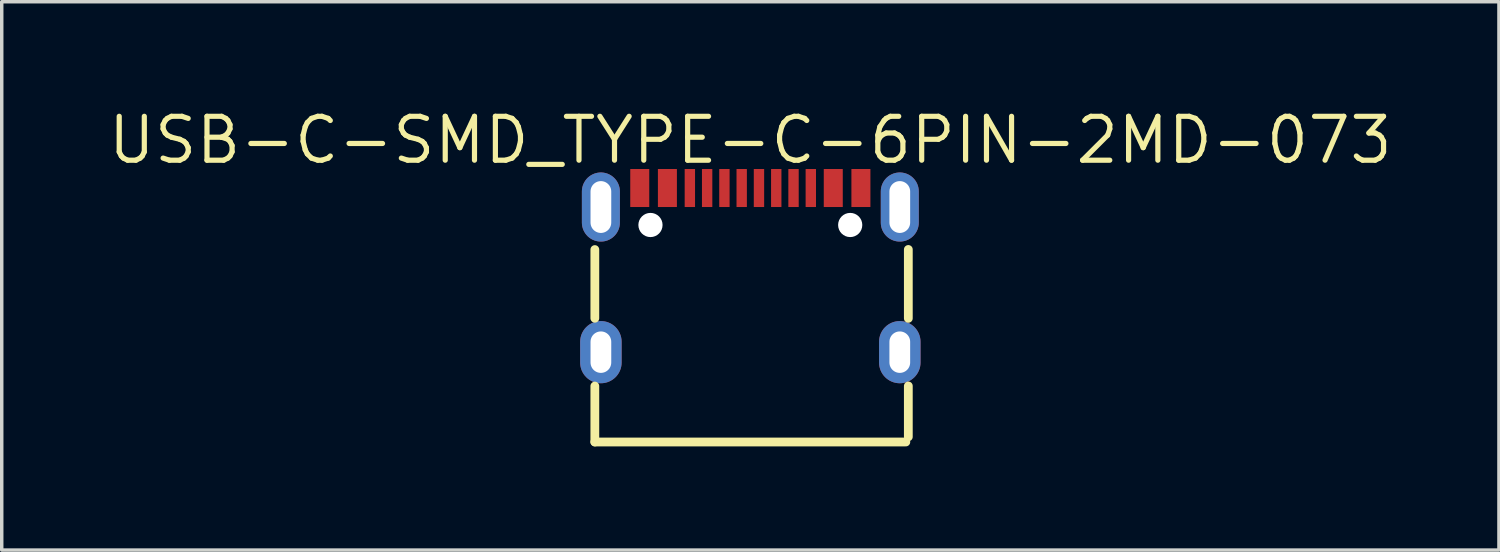
<source format=kicad_pcb>
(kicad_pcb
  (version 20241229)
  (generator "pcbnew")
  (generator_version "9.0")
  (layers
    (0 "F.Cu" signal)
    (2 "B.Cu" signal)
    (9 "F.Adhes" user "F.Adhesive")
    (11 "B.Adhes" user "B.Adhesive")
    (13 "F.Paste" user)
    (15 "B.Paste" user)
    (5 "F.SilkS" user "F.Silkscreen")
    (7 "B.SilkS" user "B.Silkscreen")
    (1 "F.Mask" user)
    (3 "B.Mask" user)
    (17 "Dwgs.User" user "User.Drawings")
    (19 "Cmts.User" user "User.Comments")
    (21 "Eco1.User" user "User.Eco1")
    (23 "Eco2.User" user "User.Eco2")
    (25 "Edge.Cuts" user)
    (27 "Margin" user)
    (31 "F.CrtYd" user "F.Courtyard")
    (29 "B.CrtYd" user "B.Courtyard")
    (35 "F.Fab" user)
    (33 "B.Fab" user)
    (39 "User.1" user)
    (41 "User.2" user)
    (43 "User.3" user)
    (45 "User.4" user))
  (footprint "USB-C-SMD_TYPE-C-6PIN-2MD-073"
    (layer "F.Cu")
    (at 18.664 4.766)
    (property "Reference" "USB-C-SMD_TYPE-C-6PIN-2MD-073" (at 0 -3.76 0) (layer "F.SilkS") (effects (font (size 1.27 1.27) (thickness 0.15))))
    (fp_line (start -4.5 1.394) (end -4.5 -0.594) (stroke (width 0.254) (type default)) (layer "F.SilkS"))
    (fp_line (start -4.5 4.975) (end -4.5 3.356) (stroke (width 0.254) (type default)) (layer "F.SilkS"))
    (fp_line (start 4.5 4.975) (end -4.5 4.975) (stroke (width 0.254) (type default)) (layer "F.SilkS"))
    (fp_line (start 4.572 1.397) (end 4.572 -0.597) (stroke (width 0.254) (type default)) (layer "F.SilkS"))
    (fp_line (start 4.572 4.826) (end 4.572 3.353) (stroke (width 0.254) (type default)) (layer "F.SilkS"))
    (fp_circle (center -2.89 -1.305) (end -2.765 -1.305) (stroke (width 0.25) (type default)) (fill no) (layer "Dwgs.User"))
    (fp_circle (center 2.89 -1.305) (end 3.015 -1.305) (stroke (width 0.25) (type default)) (fill no) (layer "Dwgs.User"))
    (fp_circle (center -4.45 -2.649) (end -4.42 -2.649) (stroke (width 0.06) (type default)) (fill no) (layer "User.5"))
    (pad "" np_thru_hole circle (at -2.89 -1.305) (size 0.7 0.7) (drill 0.7) (layers "*.Cu" "*.Mask"))
    (pad "" np_thru_hole circle (at 2.89 -1.305) (size 0.7 0.7) (drill 0.7) (layers "*.Cu" "*.Mask"))
    (pad "1" smd rect (at -3.2 -2.375) (size 0.55 1.1) (layers "F.Cu" "F.Mask" "F.Paste"))
    (pad "2" smd rect (at -2.4 -2.375) (size 0.55 1.1) (layers "F.Cu" "F.Mask" "F.Paste"))
    (pad "3" smd rect (at -1.75 -2.375) (size 0.3 1.1) (layers "F.Cu" "F.Mask" "F.Paste"))
    (pad "4" smd rect (at -1.25 -2.375) (size 0.3 1.1) (layers "F.Cu" "F.Mask" "F.Paste"))
    (pad "5" smd rect (at -0.75 -2.375) (size 0.3 1.1) (layers "F.Cu" "F.Mask" "F.Paste"))
    (pad "6" smd rect (at -0.25 -2.375) (size 0.3 1.1) (layers "F.Cu" "F.Mask" "F.Paste"))
    (pad "7" smd rect (at 0.25 -2.375) (size 0.3 1.1) (layers "F.Cu" "F.Mask" "F.Paste"))
    (pad "8" smd rect (at 0.75 -2.375) (size 0.3 1.1) (layers "F.Cu" "F.Mask" "F.Paste"))
    (pad "9" smd rect (at 1.25 -2.375) (size 0.3 1.1) (layers "F.Cu" "F.Mask" "F.Paste"))
    (pad "10" smd rect (at 1.75 -2.375) (size 0.3 1.1) (layers "F.Cu" "F.Mask" "F.Paste"))
    (pad "11" smd rect (at 2.4 -2.375) (size 0.55 1.1) (layers "F.Cu" "F.Mask" "F.Paste"))
    (pad "12" smd rect (at 3.2 -2.375) (size 0.55 1.1) (layers "F.Cu" "F.Mask" "F.Paste"))
    (pad "13" thru_hole oval (at -4.325 -1.825) (size 1.1 2) (drill oval 0.6 1.5) (layers "*.Cu" "*.Mask"))
    (pad "13" thru_hole oval (at -4.325 2.375) (size 1.2 1.8) (drill oval 0.6 1.2) (layers "*.Cu" "*.Mask"))
    (pad "14" thru_hole oval (at 4.325 -1.825) (size 1.1 2) (drill oval 0.6 1.5) (layers "*.Cu" "*.Mask"))
    (pad "14" thru_hole oval (at 4.325 2.375) (size 1.2 1.8) (drill oval 0.6 1.2) (layers "*.Cu" "*.Mask"))
    (zone (net_name "") (layer "F.Paste") (hatch edge 0.5) (priority 100) (connect_pads yes) (min_thickness 0) (filled_areas_thickness no) (fill yes) (polygon (pts (xy 15.164 1.841) (xy 15.164 2.941) (xy 15.764 2.941) (xy 15.764 1.841))) (filled_polygon (layer "F.Paste") (island) (pts (xy 15.164 1.841) (xy 15.164 2.941) (xy 15.764 2.941) (xy 15.764 1.841))))
    (zone (net_name "") (layer "F.Paste") (hatch edge 0.5) (priority 100) (connect_pads yes) (min_thickness 0) (filled_areas_thickness no) (fill yes) (polygon (pts (xy 15.964 1.841) (xy 15.964 2.941) (xy 16.564 2.941) (xy 16.564 1.841))) (filled_polygon (layer "F.Paste") (island) (pts (xy 15.964 1.841) (xy 15.964 2.941) (xy 16.564 2.941) (xy 16.564 1.841))))
    (zone (net_name "") (layer "F.Paste") (hatch edge 0.5) (priority 100) (connect_pads yes) (min_thickness 0) (filled_areas_thickness no) (fill yes) (polygon (pts (xy 17.064 2.941) (xy 17.064 1.841) (xy 16.764 1.841) (xy 16.764 2.941))) (filled_polygon (layer "F.Paste") (island) (pts (xy 17.064 2.941) (xy 17.064 1.841) (xy 16.764 1.841) (xy 16.764 2.941))))
    (zone (net_name "") (layer "F.Paste") (hatch edge 0.5) (priority 100) (connect_pads yes) (min_thickness 0) (filled_areas_thickness no) (fill yes) (polygon (pts (xy 17.564 2.941) (xy 17.564 1.841) (xy 17.264 1.841) (xy 17.264 2.941))) (filled_polygon (layer "F.Paste") (island) (pts (xy 17.564 2.941) (xy 17.564 1.841) (xy 17.264 1.841) (xy 17.264 2.941))))
    (zone (net_name "") (layer "F.Paste") (hatch edge 0.5) (priority 100) (connect_pads yes) (min_thickness 0) (filled_areas_thickness no) (fill yes) (polygon (pts (xy 18.064 2.941) (xy 18.064 1.841) (xy 17.764 1.841) (xy 17.764 2.941))) (filled_polygon (layer "F.Paste") (island) (pts (xy 18.064 2.941) (xy 18.064 1.841) (xy 17.764 1.841) (xy 17.764 2.941))))
    (zone (net_name "") (layer "F.Paste") (hatch edge 0.5) (priority 100) (connect_pads yes) (min_thickness 0) (filled_areas_thickness no) (fill yes) (polygon (pts (xy 18.564 2.941) (xy 18.564 1.841) (xy 18.264 1.841) (xy 18.264 2.941))) (filled_polygon (layer "F.Paste") (island) (pts (xy 18.564 2.941) (xy 18.564 1.841) (xy 18.264 1.841) (xy 18.264 2.941))))
    (zone (net_name "") (layer "F.Paste") (hatch edge 0.5) (priority 100) (connect_pads yes) (min_thickness 0) (filled_areas_thickness no) (fill yes) (polygon (pts (xy 19.064 2.941) (xy 19.064 1.841) (xy 18.764 1.841) (xy 18.764 2.941))) (filled_polygon (layer "F.Paste") (island) (pts (xy 19.064 2.941) (xy 19.064 1.841) (xy 18.764 1.841) (xy 18.764 2.941))))
    (zone (net_name "") (layer "F.Paste") (hatch edge 0.5) (priority 100) (connect_pads yes) (min_thickness 0) (filled_areas_thickness no) (fill yes) (polygon (pts (xy 19.564 2.941) (xy 19.564 1.841) (xy 19.264 1.841) (xy 19.264 2.941))) (filled_polygon (layer "F.Paste") (island) (pts (xy 19.564 2.941) (xy 19.564 1.841) (xy 19.264 1.841) (xy 19.264 2.941))))
    (zone (net_name "") (layer "F.Paste") (hatch edge 0.5) (priority 100) (connect_pads yes) (min_thickness 0) (filled_areas_thickness no) (fill yes) (polygon (pts (xy 20.064 2.941) (xy 20.064 1.841) (xy 19.764 1.841) (xy 19.764 2.941))) (filled_polygon (layer "F.Paste") (island) (pts (xy 20.064 2.941) (xy 20.064 1.841) (xy 19.764 1.841) (xy 19.764 2.941))))
    (zone (net_name "") (layer "F.Paste") (hatch edge 0.5) (priority 100) (connect_pads yes) (min_thickness 0) (filled_areas_thickness no) (fill yes) (polygon (pts (xy 20.264 1.841) (xy 20.264 2.941) (xy 20.564 2.941) (xy 20.564 1.841))) (filled_polygon (layer "F.Paste") (island) (pts (xy 20.264 1.841) (xy 20.264 2.941) (xy 20.564 2.941) (xy 20.564 1.841))))
    (zone (net_name "") (layer "F.Paste") (hatch edge 0.5) (priority 100) (connect_pads yes) (min_thickness 0) (filled_areas_thickness no) (fill yes) (polygon (pts (xy 20.764 1.841) (xy 20.764 2.941) (xy 21.364 2.941) (xy 21.364 1.841))) (filled_polygon (layer "F.Paste") (island) (pts (xy 20.764 1.841) (xy 20.764 2.941) (xy 21.364 2.941) (xy 21.364 1.841))))
    (zone (net_name "") (layer "F.Paste") (hatch edge 0.5) (priority 100) (connect_pads yes) (min_thickness 0) (filled_areas_thickness no) (fill yes) (polygon (pts (xy 22.164 2.941) (xy 22.164 1.841) (xy 21.564 1.841) (xy 21.564 2.941))) (filled_polygon (layer "F.Paste") (island) (pts (xy 22.164 2.941) (xy 22.164 1.841) (xy 21.564 1.841) (xy 21.564 2.941))))
    (zone (net_name "") (layer "F.Paste") (hatch edge 0.5) (priority 100) (connect_pads yes) (min_thickness 0) (filled_areas_thickness no) (fill yes) (polygon (pts (xy 14.324 1.941) (xy 14.294 1.943) (xy 14.265 1.946) (xy 14.235 1.95) (xy 14.206 1.956) (xy 14.177 1.964) (xy 14.148 1.972) (xy 14.12 1.983) (xy 14.092 1.994) (xy 14.065 2.007) (xy 14.039 2.022) (xy 14.014 2.037) (xy 13.989 2.054) (xy 13.965 2.072) (xy 13.942 2.091) (xy 13.92 2.112) (xy 13.899 2.133) (xy 13.88 2.155) (xy 13.861 2.179) (xy 13.843 2.203) (xy 13.827 2.228) (xy 13.812 2.254) (xy 13.799 2.281) (xy 13.786 2.308) (xy 13.775 2.336) (xy 13.766 2.364) (xy 13.758 2.393) (xy 13.751 2.422) (xy 13.746 2.452) (xy 13.742 2.481) (xy 13.74 2.511) (xy 13.739 2.541) (xy 13.739 3.341) (xy 13.74 3.371) (xy 13.742 3.401) (xy 13.746 3.43) (xy 13.751 3.46) (xy 13.758 3.489) (xy 13.766 3.518) (xy 13.775 3.546) (xy 13.786 3.574) (xy 13.799 3.601) (xy 13.812 3.628) (xy 13.827 3.654) (xy 13.843 3.679) (xy 13.861 3.703) (xy 13.88 3.727) (xy 13.899 3.749) (xy 13.92 3.771) (xy 13.942 3.791) (xy 13.965 3.81) (xy 13.989 3.828) (xy 14.014 3.845) (xy 14.039 3.861) (xy 14.065 3.875) (xy 14.092 3.888) (xy 14.12 3.9) (xy 14.148 3.91) (xy 14.177 3.919) (xy 14.206 3.926) (xy 14.235 3.932) (xy 14.265 3.936) (xy 14.294 3.939) (xy 14.324 3.941) (xy 14.354 3.941) (xy 14.384 3.939) (xy 14.414 3.936) (xy 14.443 3.932) (xy 14.473 3.926) (xy 14.502 3.919) (xy 14.53 3.91) (xy 14.558 3.9) (xy 14.586 3.888) (xy 14.613 3.875) (xy 14.639 3.861) (xy 14.665 3.845) (xy 14.689 3.828) (xy 14.713 3.81) (xy 14.736 3.791) (xy 14.758 3.771) (xy 14.779 3.749) (xy 14.799 3.727) (xy 14.817 3.703) (xy 14.835 3.679) (xy 14.851 3.654) (xy 14.866 3.628) (xy 14.88 3.601) (xy 14.892 3.574) (xy 14.903 3.546) (xy 14.913 3.518) (xy 14.921 3.489) (xy 14.927 3.46) (xy 14.932 3.43) (xy 14.936 3.401) (xy 14.938 3.371) (xy 14.939 3.341) (xy 14.939 2.541) (xy 14.938 2.511) (xy 14.936 2.481) (xy 14.932 2.452) (xy 14.927 2.422) (xy 14.921 2.393) (xy 14.913 2.364) (xy 14.903 2.336) (xy 14.892 2.308) (xy 14.88 2.281) (xy 14.866 2.254) (xy 14.851 2.228) (xy 14.835 2.203) (xy 14.817 2.179) (xy 14.799 2.155) (xy 14.779 2.133) (xy 14.758 2.112) (xy 14.736 2.091) (xy 14.713 2.072) (xy 14.689 2.054) (xy 14.665 2.037) (xy 14.639 2.022) (xy 14.613 2.007) (xy 14.586 1.994) (xy 14.558 1.983) (xy 14.53 1.972) (xy 14.502 1.964) (xy 14.473 1.956) (xy 14.443 1.95) (xy 14.414 1.946) (xy 14.384 1.943) (xy 14.354 1.941))) (filled_polygon (layer "F.Paste") (island) (pts (xy 14.324 1.941) (xy 14.294 1.943) (xy 14.265 1.946) (xy 14.235 1.95) (xy 14.206 1.956) (xy 14.177 1.964) (xy 14.148 1.972) (xy 14.12 1.983) (xy 14.092 1.994) (xy 14.065 2.007) (xy 14.039 2.022) (xy 14.014 2.037) (xy 13.989 2.054) (xy 13.965 2.072) (xy 13.942 2.091) (xy 13.92 2.112) (xy 13.899 2.133) (xy 13.88 2.155) (xy 13.861 2.179) (xy 13.843 2.203) (xy 13.827 2.228) (xy 13.812 2.254) (xy 13.799 2.281) (xy 13.786 2.308) (xy 13.775 2.336) (xy 13.766 2.364) (xy 13.758 2.393) (xy 13.751 2.422) (xy 13.746 2.452) (xy 13.742 2.481) (xy 13.74 2.511) (xy 13.739 2.541) (xy 13.739 3.341) (xy 13.74 3.371) (xy 13.742 3.401) (xy 13.746 3.43) (xy 13.751 3.46) (xy 13.758 3.489) (xy 13.766 3.518) (xy 13.775 3.546) (xy 13.786 3.574) (xy 13.799 3.601) (xy 13.812 3.628) (xy 13.827 3.654) (xy 13.843 3.679) (xy 13.861 3.703) (xy 13.88 3.727) (xy 13.899 3.749) (xy 13.92 3.771) (xy 13.942 3.791) (xy 13.965 3.81) (xy 13.989 3.828) (xy 14.014 3.845) (xy 14.039 3.861) (xy 14.065 3.875) (xy 14.092 3.888) (xy 14.12 3.9) (xy 14.148 3.91) (xy 14.177 3.919) (xy 14.206 3.926) (xy 14.235 3.932) (xy 14.265 3.936) (xy 14.294 3.939) (xy 14.324 3.941) (xy 14.354 3.941) (xy 14.384 3.939) (xy 14.414 3.936) (xy 14.443 3.932) (xy 14.473 3.926) (xy 14.502 3.919) (xy 14.53 3.91) (xy 14.558 3.9) (xy 14.586 3.888) (xy 14.613 3.875) (xy 14.639 3.861) (xy 14.665 3.845) (xy 14.689 3.828) (xy 14.713 3.81) (xy 14.736 3.791) (xy 14.758 3.771) (xy 14.779 3.749) (xy 14.799 3.727) (xy 14.817 3.703) (xy 14.835 3.679) (xy 14.851 3.654) (xy 14.866 3.628) (xy 14.88 3.601) (xy 14.892 3.574) (xy 14.903 3.546) (xy 14.913 3.518) (xy 14.921 3.489) (xy 14.927 3.46) (xy 14.932 3.43) (xy 14.936 3.401) (xy 14.938 3.371) (xy 14.939 3.341) (xy 14.939 2.541) (xy 14.938 2.511) (xy 14.936 2.481) (xy 14.932 2.452) (xy 14.927 2.422) (xy 14.921 2.393) (xy 14.913 2.364) (xy 14.903 2.336) (xy 14.892 2.308) (xy 14.88 2.281) (xy 14.866 2.254) (xy 14.851 2.228) (xy 14.835 2.203) (xy 14.817 2.179) (xy 14.799 2.155) (xy 14.779 2.133) (xy 14.758 2.112) (xy 14.736 2.091) (xy 14.713 2.072) (xy 14.689 2.054) (xy 14.665 2.037) (xy 14.639 2.022) (xy 14.613 2.007) (xy 14.586 1.994) (xy 14.558 1.983) (xy 14.53 1.972) (xy 14.502 1.964) (xy 14.473 1.956) (xy 14.443 1.95) (xy 14.414 1.946) (xy 14.384 1.943) (xy 14.354 1.941))))
    (zone (net_name "") (layer "F.Paste") (hatch edge 0.5) (priority 100) (connect_pads yes) (min_thickness 0) (filled_areas_thickness no) (fill yes) (polygon (pts (xy 14.384 6.393) (xy 14.354 6.391) (xy 14.324 6.391) (xy 14.294 6.393) (xy 14.265 6.396) (xy 14.235 6.4) (xy 14.206 6.406) (xy 14.177 6.414) (xy 14.148 6.423) (xy 14.12 6.433) (xy 14.092 6.444) (xy 14.065 6.457) (xy 14.039 6.472) (xy 14.014 6.487) (xy 13.989 6.504) (xy 13.965 6.522) (xy 13.942 6.541) (xy 13.92 6.562) (xy 13.899 6.583) (xy 13.88 6.606) (xy 13.861 6.629) (xy 13.843 6.653) (xy 13.827 6.678) (xy 13.812 6.704) (xy 13.799 6.731) (xy 13.786 6.758) (xy 13.775 6.786) (xy 13.766 6.814) (xy 13.758 6.843) (xy 13.751 6.872) (xy 13.746 6.902) (xy 13.742 6.931) (xy 13.74 6.961) (xy 13.739 6.991) (xy 13.739 7.291) (xy 13.74 7.321) (xy 13.742 7.351) (xy 13.746 7.381) (xy 13.751 7.41) (xy 13.758 7.439) (xy 13.766 7.468) (xy 13.775 7.496) (xy 13.786 7.524) (xy 13.799 7.552) (xy 13.812 7.578) (xy 13.827 7.604) (xy 13.843 7.629) (xy 13.861 7.654) (xy 13.88 7.677) (xy 13.899 7.699) (xy 13.92 7.721) (xy 13.942 7.741) (xy 13.965 7.76) (xy 13.989 7.778) (xy 14.014 7.795) (xy 14.039 7.811) (xy 14.065 7.825) (xy 14.092 7.838) (xy 14.12 7.85) (xy 14.148 7.86) (xy 14.177 7.869) (xy 14.206 7.876) (xy 14.235 7.882) (xy 14.265 7.887) (xy 14.294 7.89) (xy 14.324 7.891) (xy 14.354 7.891) (xy 14.384 7.89) (xy 14.414 7.887) (xy 14.443 7.882) (xy 14.473 7.876) (xy 14.502 7.869) (xy 14.53 7.86) (xy 14.558 7.85) (xy 14.586 7.838) (xy 14.613 7.825) (xy 14.639 7.811) (xy 14.665 7.795) (xy 14.689 7.778) (xy 14.713 7.76) (xy 14.736 7.741) (xy 14.758 7.721) (xy 14.779 7.699) (xy 14.799 7.677) (xy 14.817 7.654) (xy 14.835 7.629) (xy 14.851 7.604) (xy 14.866 7.578) (xy 14.88 7.552) (xy 14.892 7.524) (xy 14.903 7.496) (xy 14.913 7.468) (xy 14.921 7.439) (xy 14.927 7.41) (xy 14.932 7.381) (xy 14.936 7.351) (xy 14.938 7.321) (xy 14.939 7.291) (xy 14.939 6.991) (xy 14.938 6.961) (xy 14.936 6.931) (xy 14.932 6.902) (xy 14.927 6.872) (xy 14.921 6.843) (xy 14.913 6.814) (xy 14.903 6.786) (xy 14.892 6.758) (xy 14.88 6.731) (xy 14.866 6.704) (xy 14.851 6.678) (xy 14.835 6.653) (xy 14.817 6.629) (xy 14.799 6.606) (xy 14.779 6.583) (xy 14.758 6.562) (xy 14.736 6.541) (xy 14.713 6.522) (xy 14.689 6.504) (xy 14.665 6.487) (xy 14.639 6.472) (xy 14.613 6.457) (xy 14.586 6.444) (xy 14.558 6.433) (xy 14.53 6.423) (xy 14.502 6.414) (xy 14.473 6.406) (xy 14.443 6.4) (xy 14.414 6.396))) (filled_polygon (layer "F.Paste") (island) (pts (xy 14.384 6.393) (xy 14.354 6.391) (xy 14.324 6.391) (xy 14.294 6.393) (xy 14.265 6.396) (xy 14.235 6.4) (xy 14.206 6.406) (xy 14.177 6.414) (xy 14.148 6.423) (xy 14.12 6.433) (xy 14.092 6.444) (xy 14.065 6.457) (xy 14.039 6.472) (xy 14.014 6.487) (xy 13.989 6.504) (xy 13.965 6.522) (xy 13.942 6.541) (xy 13.92 6.562) (xy 13.899 6.583) (xy 13.88 6.606) (xy 13.861 6.629) (xy 13.843 6.653) (xy 13.827 6.678) (xy 13.812 6.704) (xy 13.799 6.731) (xy 13.786 6.758) (xy 13.775 6.786) (xy 13.766 6.814) (xy 13.758 6.843) (xy 13.751 6.872) (xy 13.746 6.902) (xy 13.742 6.931) (xy 13.74 6.961) (xy 13.739 6.991) (xy 13.739 7.291) (xy 13.74 7.321) (xy 13.742 7.351) (xy 13.746 7.381) (xy 13.751 7.41) (xy 13.758 7.439) (xy 13.766 7.468) (xy 13.775 7.496) (xy 13.786 7.524) (xy 13.799 7.552) (xy 13.812 7.578) (xy 13.827 7.604) (xy 13.843 7.629) (xy 13.861 7.654) (xy 13.88 7.677) (xy 13.899 7.699) (xy 13.92 7.721) (xy 13.942 7.741) (xy 13.965 7.76) (xy 13.989 7.778) (xy 14.014 7.795) (xy 14.039 7.811) (xy 14.065 7.825) (xy 14.092 7.838) (xy 14.12 7.85) (xy 14.148 7.86) (xy 14.177 7.869) (xy 14.206 7.876) (xy 14.235 7.882) (xy 14.265 7.887) (xy 14.294 7.89) (xy 14.324 7.891) (xy 14.354 7.891) (xy 14.384 7.89) (xy 14.414 7.887) (xy 14.443 7.882) (xy 14.473 7.876) (xy 14.502 7.869) (xy 14.53 7.86) (xy 14.558 7.85) (xy 14.586 7.838) (xy 14.613 7.825) (xy 14.639 7.811) (xy 14.665 7.795) (xy 14.689 7.778) (xy 14.713 7.76) (xy 14.736 7.741) (xy 14.758 7.721) (xy 14.779 7.699) (xy 14.799 7.677) (xy 14.817 7.654) (xy 14.835 7.629) (xy 14.851 7.604) (xy 14.866 7.578) (xy 14.88 7.552) (xy 14.892 7.524) (xy 14.903 7.496) (xy 14.913 7.468) (xy 14.921 7.439) (xy 14.927 7.41) (xy 14.932 7.381) (xy 14.936 7.351) (xy 14.938 7.321) (xy 14.939 7.291) (xy 14.939 6.991) (xy 14.938 6.961) (xy 14.936 6.931) (xy 14.932 6.902) (xy 14.927 6.872) (xy 14.921 6.843) (xy 14.913 6.814) (xy 14.903 6.786) (xy 14.892 6.758) (xy 14.88 6.731) (xy 14.866 6.704) (xy 14.851 6.678) (xy 14.835 6.653) (xy 14.817 6.629) (xy 14.799 6.606) (xy 14.779 6.583) (xy 14.758 6.562) (xy 14.736 6.541) (xy 14.713 6.522) (xy 14.689 6.504) (xy 14.665 6.487) (xy 14.639 6.472) (xy 14.613 6.457) (xy 14.586 6.444) (xy 14.558 6.433) (xy 14.53 6.423) (xy 14.502 6.414) (xy 14.473 6.406) (xy 14.443 6.4) (xy 14.414 6.396))))
    (zone (net_name "") (layer "F.Paste") (hatch edge 0.5) (priority 100) (connect_pads yes) (min_thickness 0) (filled_areas_thickness no) (fill yes) (polygon (pts (xy 22.974 6.391) (xy 22.944 6.393) (xy 22.915 6.396) (xy 22.885 6.4) (xy 22.856 6.406) (xy 22.827 6.414) (xy 22.798 6.423) (xy 22.77 6.433) (xy 22.742 6.444) (xy 22.715 6.457) (xy 22.689 6.472) (xy 22.664 6.487) (xy 22.639 6.504) (xy 22.615 6.522) (xy 22.592 6.541) (xy 22.57 6.562) (xy 22.549 6.583) (xy 22.529 6.606) (xy 22.511 6.629) (xy 22.493 6.653) (xy 22.477 6.678) (xy 22.462 6.704) (xy 22.449 6.731) (xy 22.436 6.758) (xy 22.425 6.786) (xy 22.416 6.814) (xy 22.408 6.843) (xy 22.401 6.872) (xy 22.396 6.902) (xy 22.392 6.931) (xy 22.39 6.961) (xy 22.389 6.991) (xy 22.389 7.291) (xy 22.39 7.321) (xy 22.392 7.351) (xy 22.396 7.381) (xy 22.401 7.41) (xy 22.408 7.439) (xy 22.416 7.468) (xy 22.425 7.496) (xy 22.436 7.524) (xy 22.449 7.552) (xy 22.462 7.578) (xy 22.477 7.604) (xy 22.493 7.629) (xy 22.511 7.654) (xy 22.529 7.677) (xy 22.549 7.699) (xy 22.57 7.721) (xy 22.592 7.741) (xy 22.615 7.76) (xy 22.639 7.778) (xy 22.664 7.795) (xy 22.689 7.811) (xy 22.715 7.825) (xy 22.742 7.838) (xy 22.77 7.85) (xy 22.798 7.86) (xy 22.827 7.869) (xy 22.856 7.876) (xy 22.885 7.882) (xy 22.915 7.887) (xy 22.944 7.89) (xy 22.974 7.891) (xy 23.004 7.891) (xy 23.034 7.89) (xy 23.064 7.887) (xy 23.093 7.882) (xy 23.123 7.876) (xy 23.152 7.869) (xy 23.18 7.86) (xy 23.208 7.85) (xy 23.236 7.838) (xy 23.263 7.825) (xy 23.289 7.811) (xy 23.315 7.795) (xy 23.339 7.778) (xy 23.363 7.76) (xy 23.386 7.741) (xy 23.408 7.721) (xy 23.429 7.699) (xy 23.449 7.677) (xy 23.467 7.654) (xy 23.485 7.629) (xy 23.501 7.604) (xy 23.516 7.578) (xy 23.53 7.552) (xy 23.542 7.524) (xy 23.553 7.496) (xy 23.562 7.468) (xy 23.571 7.439) (xy 23.577 7.41) (xy 23.582 7.381) (xy 23.586 7.351) (xy 23.588 7.321) (xy 23.589 7.291) (xy 23.589 6.991) (xy 23.588 6.961) (xy 23.586 6.931) (xy 23.582 6.902) (xy 23.577 6.872) (xy 23.571 6.843) (xy 23.562 6.814) (xy 23.553 6.786) (xy 23.542 6.758) (xy 23.53 6.731) (xy 23.516 6.704) (xy 23.501 6.678) (xy 23.485 6.653) (xy 23.467 6.629) (xy 23.449 6.606) (xy 23.429 6.583) (xy 23.408 6.562) (xy 23.386 6.541) (xy 23.363 6.522) (xy 23.339 6.504) (xy 23.315 6.487) (xy 23.289 6.472) (xy 23.263 6.457) (xy 23.236 6.444) (xy 23.208 6.433) (xy 23.18 6.423) (xy 23.152 6.414) (xy 23.123 6.406) (xy 23.093 6.4) (xy 23.064 6.396) (xy 23.034 6.393) (xy 23.004 6.391))) (filled_polygon (layer "F.Paste") (island) (pts (xy 22.974 6.391) (xy 22.944 6.393) (xy 22.915 6.396) (xy 22.885 6.4) (xy 22.856 6.406) (xy 22.827 6.414) (xy 22.798 6.423) (xy 22.77 6.433) (xy 22.742 6.444) (xy 22.715 6.457) (xy 22.689 6.472) (xy 22.664 6.487) (xy 22.639 6.504) (xy 22.615 6.522) (xy 22.592 6.541) (xy 22.57 6.562) (xy 22.549 6.583) (xy 22.529 6.606) (xy 22.511 6.629) (xy 22.493 6.653) (xy 22.477 6.678) (xy 22.462 6.704) (xy 22.449 6.731) (xy 22.436 6.758) (xy 22.425 6.786) (xy 22.416 6.814) (xy 22.408 6.843) (xy 22.401 6.872) (xy 22.396 6.902) (xy 22.392 6.931) (xy 22.39 6.961) (xy 22.389 6.991) (xy 22.389 7.291) (xy 22.39 7.321) (xy 22.392 7.351) (xy 22.396 7.381) (xy 22.401 7.41) (xy 22.408 7.439) (xy 22.416 7.468) (xy 22.425 7.496) (xy 22.436 7.524) (xy 22.449 7.552) (xy 22.462 7.578) (xy 22.477 7.604) (xy 22.493 7.629) (xy 22.511 7.654) (xy 22.529 7.677) (xy 22.549 7.699) (xy 22.57 7.721) (xy 22.592 7.741) (xy 22.615 7.76) (xy 22.639 7.778) (xy 22.664 7.795) (xy 22.689 7.811) (xy 22.715 7.825) (xy 22.742 7.838) (xy 22.77 7.85) (xy 22.798 7.86) (xy 22.827 7.869) (xy 22.856 7.876) (xy 22.885 7.882) (xy 22.915 7.887) (xy 22.944 7.89) (xy 22.974 7.891) (xy 23.004 7.891) (xy 23.034 7.89) (xy 23.064 7.887) (xy 23.093 7.882) (xy 23.123 7.876) (xy 23.152 7.869) (xy 23.18 7.86) (xy 23.208 7.85) (xy 23.236 7.838) (xy 23.263 7.825) (xy 23.289 7.811) (xy 23.315 7.795) (xy 23.339 7.778) (xy 23.363 7.76) (xy 23.386 7.741) (xy 23.408 7.721) (xy 23.429 7.699) (xy 23.449 7.677) (xy 23.467 7.654) (xy 23.485 7.629) (xy 23.501 7.604) (xy 23.516 7.578) (xy 23.53 7.552) (xy 23.542 7.524) (xy 23.553 7.496) (xy 23.562 7.468) (xy 23.571 7.439) (xy 23.577 7.41) (xy 23.582 7.381) (xy 23.586 7.351) (xy 23.588 7.321) (xy 23.589 7.291) (xy 23.589 6.991) (xy 23.588 6.961) (xy 23.586 6.931) (xy 23.582 6.902) (xy 23.577 6.872) (xy 23.571 6.843) (xy 23.562 6.814) (xy 23.553 6.786) (xy 23.542 6.758) (xy 23.53 6.731) (xy 23.516 6.704) (xy 23.501 6.678) (xy 23.485 6.653) (xy 23.467 6.629) (xy 23.449 6.606) (xy 23.429 6.583) (xy 23.408 6.562) (xy 23.386 6.541) (xy 23.363 6.522) (xy 23.339 6.504) (xy 23.315 6.487) (xy 23.289 6.472) (xy 23.263 6.457) (xy 23.236 6.444) (xy 23.208 6.433) (xy 23.18 6.423) (xy 23.152 6.414) (xy 23.123 6.406) (xy 23.093 6.4) (xy 23.064 6.396) (xy 23.034 6.393) (xy 23.004 6.391))))
    (zone (net_name "") (layer "F.Paste") (hatch edge 0.5) (priority 100) (connect_pads yes) (min_thickness 0) (filled_areas_thickness no) (fill yes) (polygon (pts (xy 23.034 1.943) (xy 23.004 1.941) (xy 22.974 1.941) (xy 22.944 1.943) (xy 22.915 1.946) (xy 22.885 1.95) (xy 22.856 1.956) (xy 22.827 1.964) (xy 22.798 1.972) (xy 22.77 1.983) (xy 22.742 1.994) (xy 22.715 2.007) (xy 22.689 2.022) (xy 22.664 2.037) (xy 22.639 2.054) (xy 22.615 2.072) (xy 22.592 2.091) (xy 22.57 2.112) (xy 22.549 2.133) (xy 22.529 2.155) (xy 22.511 2.179) (xy 22.493 2.203) (xy 22.477 2.228) (xy 22.462 2.254) (xy 22.449 2.281) (xy 22.436 2.308) (xy 22.425 2.336) (xy 22.416 2.364) (xy 22.408 2.393) (xy 22.401 2.422) (xy 22.396 2.452) (xy 22.392 2.481) (xy 22.39 2.511) (xy 22.389 2.541) (xy 22.389 3.341) (xy 22.39 3.371) (xy 22.392 3.401) (xy 22.396 3.43) (xy 22.401 3.46) (xy 22.408 3.489) (xy 22.416 3.518) (xy 22.425 3.546) (xy 22.436 3.574) (xy 22.449 3.601) (xy 22.462 3.628) (xy 22.477 3.654) (xy 22.493 3.679) (xy 22.511 3.703) (xy 22.529 3.727) (xy 22.549 3.749) (xy 22.57 3.771) (xy 22.592 3.791) (xy 22.615 3.81) (xy 22.639 3.828) (xy 22.664 3.845) (xy 22.689 3.861) (xy 22.715 3.875) (xy 22.742 3.888) (xy 22.77 3.9) (xy 22.798 3.91) (xy 22.827 3.919) (xy 22.856 3.926) (xy 22.885 3.932) (xy 22.915 3.936) (xy 22.944 3.939) (xy 22.974 3.941) (xy 23.004 3.941) (xy 23.034 3.939) (xy 23.064 3.936) (xy 23.093 3.932) (xy 23.123 3.926) (xy 23.152 3.919) (xy 23.18 3.91) (xy 23.208 3.9) (xy 23.236 3.888) (xy 23.263 3.875) (xy 23.289 3.861) (xy 23.315 3.845) (xy 23.339 3.828) (xy 23.363 3.81) (xy 23.386 3.791) (xy 23.408 3.771) (xy 23.429 3.749) (xy 23.449 3.727) (xy 23.467 3.703) (xy 23.485 3.679) (xy 23.501 3.654) (xy 23.516 3.628) (xy 23.53 3.601) (xy 23.542 3.574) (xy 23.553 3.546) (xy 23.562 3.518) (xy 23.571 3.489) (xy 23.577 3.46) (xy 23.582 3.43) (xy 23.586 3.401) (xy 23.588 3.371) (xy 23.589 3.341) (xy 23.589 2.541) (xy 23.588 2.511) (xy 23.586 2.481) (xy 23.582 2.452) (xy 23.577 2.422) (xy 23.571 2.393) (xy 23.562 2.364) (xy 23.553 2.336) (xy 23.542 2.308) (xy 23.53 2.281) (xy 23.516 2.254) (xy 23.501 2.228) (xy 23.485 2.203) (xy 23.467 2.179) (xy 23.449 2.155) (xy 23.429 2.133) (xy 23.408 2.112) (xy 23.386 2.091) (xy 23.363 2.072) (xy 23.339 2.054) (xy 23.315 2.037) (xy 23.289 2.022) (xy 23.263 2.007) (xy 23.236 1.994) (xy 23.208 1.983) (xy 23.18 1.972) (xy 23.152 1.964) (xy 23.123 1.956) (xy 23.093 1.95) (xy 23.064 1.946))) (filled_polygon (layer "F.Paste") (island) (pts (xy 23.034 1.943) (xy 23.004 1.941) (xy 22.974 1.941) (xy 22.944 1.943) (xy 22.915 1.946) (xy 22.885 1.95) (xy 22.856 1.956) (xy 22.827 1.964) (xy 22.798 1.972) (xy 22.77 1.983) (xy 22.742 1.994) (xy 22.715 2.007) (xy 22.689 2.022) (xy 22.664 2.037) (xy 22.639 2.054) (xy 22.615 2.072) (xy 22.592 2.091) (xy 22.57 2.112) (xy 22.549 2.133) (xy 22.529 2.155) (xy 22.511 2.179) (xy 22.493 2.203) (xy 22.477 2.228) (xy 22.462 2.254) (xy 22.449 2.281) (xy 22.436 2.308) (xy 22.425 2.336) (xy 22.416 2.364) (xy 22.408 2.393) (xy 22.401 2.422) (xy 22.396 2.452) (xy 22.392 2.481) (xy 22.39 2.511) (xy 22.389 2.541) (xy 22.389 3.341) (xy 22.39 3.371) (xy 22.392 3.401) (xy 22.396 3.43) (xy 22.401 3.46) (xy 22.408 3.489) (xy 22.416 3.518) (xy 22.425 3.546) (xy 22.436 3.574) (xy 22.449 3.601) (xy 22.462 3.628) (xy 22.477 3.654) (xy 22.493 3.679) (xy 22.511 3.703) (xy 22.529 3.727) (xy 22.549 3.749) (xy 22.57 3.771) (xy 22.592 3.791) (xy 22.615 3.81) (xy 22.639 3.828) (xy 22.664 3.845) (xy 22.689 3.861) (xy 22.715 3.875) (xy 22.742 3.888) (xy 22.77 3.9) (xy 22.798 3.91) (xy 22.827 3.919) (xy 22.856 3.926) (xy 22.885 3.932) (xy 22.915 3.936) (xy 22.944 3.939) (xy 22.974 3.941) (xy 23.004 3.941) (xy 23.034 3.939) (xy 23.064 3.936) (xy 23.093 3.932) (xy 23.123 3.926) (xy 23.152 3.919) (xy 23.18 3.91) (xy 23.208 3.9) (xy 23.236 3.888) (xy 23.263 3.875) (xy 23.289 3.861) (xy 23.315 3.845) (xy 23.339 3.828) (xy 23.363 3.81) (xy 23.386 3.791) (xy 23.408 3.771) (xy 23.429 3.749) (xy 23.449 3.727) (xy 23.467 3.703) (xy 23.485 3.679) (xy 23.501 3.654) (xy 23.516 3.628) (xy 23.53 3.601) (xy 23.542 3.574) (xy 23.553 3.546) (xy 23.562 3.518) (xy 23.571 3.489) (xy 23.577 3.46) (xy 23.582 3.43) (xy 23.586 3.401) (xy 23.588 3.371) (xy 23.589 3.341) (xy 23.589 2.541) (xy 23.588 2.511) (xy 23.586 2.481) (xy 23.582 2.452) (xy 23.577 2.422) (xy 23.571 2.393) (xy 23.562 2.364) (xy 23.553 2.336) (xy 23.542 2.308) (xy 23.53 2.281) (xy 23.516 2.254) (xy 23.501 2.228) (xy 23.485 2.203) (xy 23.467 2.179) (xy 23.449 2.155) (xy 23.429 2.133) (xy 23.408 2.112) (xy 23.386 2.091) (xy 23.363 2.072) (xy 23.339 2.054) (xy 23.315 2.037) (xy 23.289 2.022) (xy 23.263 2.007) (xy 23.236 1.994) (xy 23.208 1.983) (xy 23.18 1.972) (xy 23.152 1.964) (xy 23.123 1.956) (xy 23.093 1.95) (xy 23.064 1.946))))
    (zone (net_name "") (layer "User.3") (hatch edge 0.5) (priority 100) (connect_pads yes) (min_thickness 0) (filled_areas_thickness no) (fill yes) (polygon (pts (xy 14.214 9.767) (xy 14.214 2.417) (xy 23.114 2.417) (xy 23.114 9.767))) (filled_polygon (layer "User.3") (island) (pts (xy 14.214 9.767) (xy 14.214 2.417) (xy 23.114 2.417) (xy 23.114 9.767))))
    (zone (net_name "") (layer "User.4") (hatch edge 0.5) (priority 100) (connect_pads yes) (min_thickness 0) (filled_areas_thickness no) (fill yes) (polygon (pts (xy 14.214 2.417) (xy 14.464 2.417) (xy 14.464 3.517) (xy 14.214 3.517))) (filled_polygon (layer "User.4") (island) (pts (xy 14.214 2.417) (xy 14.464 2.417) (xy 14.464 3.517) (xy 14.214 3.517))))
    (zone (net_name "") (layer "User.4") (hatch edge 0.5) (priority 100) (connect_pads yes) (min_thickness 0) (filled_areas_thickness no) (fill yes) (polygon (pts (xy 14.214 6.791) (xy 14.464 6.791) (xy 14.464 7.491) (xy 14.214 7.491))) (filled_polygon (layer "User.4") (island) (pts (xy 14.214 6.791) (xy 14.464 6.791) (xy 14.464 7.491) (xy 14.214 7.491))))
    (zone (net_name "") (layer "User.4") (hatch edge 0.5) (priority 100) (connect_pads yes) (min_thickness 0) (filled_areas_thickness no) (fill yes) (polygon (pts (xy 15.264 2.117) (xy 15.664 2.117) (xy 15.664 2.967) (xy 15.264 2.967))) (filled_polygon (layer "User.4") (island) (pts (xy 15.264 2.117) (xy 15.664 2.117) (xy 15.664 2.967) (xy 15.264 2.967))))
    (zone (net_name "") (layer "User.4") (hatch edge 0.5) (priority 100) (connect_pads yes) (min_thickness 0) (filled_areas_thickness no) (fill yes) (polygon (pts (xy 16.064 2.117) (xy 16.464 2.117) (xy 16.464 2.967) (xy 16.064 2.967))) (filled_polygon (layer "User.4") (island) (pts (xy 16.064 2.117) (xy 16.464 2.117) (xy 16.464 2.967) (xy 16.064 2.967))))
    (zone (net_name "") (layer "User.4") (hatch edge 0.5) (priority 100) (connect_pads yes) (min_thickness 0) (filled_areas_thickness no) (fill yes) (polygon (pts (xy 16.814 2.117) (xy 17.014 2.117) (xy 17.014 2.967) (xy 16.814 2.967))) (filled_polygon (layer "User.4") (island) (pts (xy 16.814 2.117) (xy 17.014 2.117) (xy 17.014 2.967) (xy 16.814 2.967))))
    (zone (net_name "") (layer "User.4") (hatch edge 0.5) (priority 100) (connect_pads yes) (min_thickness 0) (filled_areas_thickness no) (fill yes) (polygon (pts (xy 17.314 2.117) (xy 17.514 2.117) (xy 17.514 2.967) (xy 17.314 2.967))) (filled_polygon (layer "User.4") (island) (pts (xy 17.314 2.117) (xy 17.514 2.117) (xy 17.514 2.967) (xy 17.314 2.967))))
    (zone (net_name "") (layer "User.4") (hatch edge 0.5) (priority 100) (connect_pads yes) (min_thickness 0) (filled_areas_thickness no) (fill yes) (polygon (pts (xy 17.814 2.117) (xy 18.014 2.117) (xy 18.014 2.967) (xy 17.814 2.967))) (filled_polygon (layer "User.4") (island) (pts (xy 17.814 2.117) (xy 18.014 2.117) (xy 18.014 2.967) (xy 17.814 2.967))))
    (zone (net_name "") (layer "User.4") (hatch edge 0.5) (priority 100) (connect_pads yes) (min_thickness 0) (filled_areas_thickness no) (fill yes) (polygon (pts (xy 18.314 2.117) (xy 18.514 2.117) (xy 18.514 2.967) (xy 18.314 2.967))) (filled_polygon (layer "User.4") (island) (pts (xy 18.314 2.117) (xy 18.514 2.117) (xy 18.514 2.967) (xy 18.314 2.967))))
    (zone (net_name "") (layer "User.4") (hatch edge 0.5) (priority 100) (connect_pads yes) (min_thickness 0) (filled_areas_thickness no) (fill yes) (polygon (pts (xy 18.814 2.117) (xy 19.014 2.117) (xy 19.014 2.967) (xy 18.814 2.967))) (filled_polygon (layer "User.4") (island) (pts (xy 18.814 2.117) (xy 19.014 2.117) (xy 19.014 2.967) (xy 18.814 2.967))))
    (zone (net_name "") (layer "User.4") (hatch edge 0.5) (priority 100) (connect_pads yes) (min_thickness 0) (filled_areas_thickness no) (fill yes) (polygon (pts (xy 19.314 2.117) (xy 19.514 2.117) (xy 19.514 2.967) (xy 19.314 2.967))) (filled_polygon (layer "User.4") (island) (pts (xy 19.314 2.117) (xy 19.514 2.117) (xy 19.514 2.967) (xy 19.314 2.967))))
    (zone (net_name "") (layer "User.4") (hatch edge 0.5) (priority 100) (connect_pads yes) (min_thickness 0) (filled_areas_thickness no) (fill yes) (polygon (pts (xy 19.814 2.117) (xy 20.014 2.117) (xy 20.014 2.967) (xy 19.814 2.967))) (filled_polygon (layer "User.4") (island) (pts (xy 19.814 2.117) (xy 20.014 2.117) (xy 20.014 2.967) (xy 19.814 2.967))))
    (zone (net_name "") (layer "User.4") (hatch edge 0.5) (priority 100) (connect_pads yes) (min_thickness 0) (filled_areas_thickness no) (fill yes) (polygon (pts (xy 20.314 2.117) (xy 20.514 2.117) (xy 20.514 2.967) (xy 20.314 2.967))) (filled_polygon (layer "User.4") (island) (pts (xy 20.314 2.117) (xy 20.514 2.117) (xy 20.514 2.967) (xy 20.314 2.967))))
    (zone (net_name "") (layer "User.4") (hatch edge 0.5) (priority 100) (connect_pads yes) (min_thickness 0) (filled_areas_thickness no) (fill yes) (polygon (pts (xy 20.864 2.117) (xy 21.264 2.117) (xy 21.264 2.967) (xy 20.864 2.967))) (filled_polygon (layer "User.4") (island) (pts (xy 20.864 2.117) (xy 21.264 2.117) (xy 21.264 2.967) (xy 20.864 2.967))))
    (zone (net_name "") (layer "User.4") (hatch edge 0.5) (priority 100) (connect_pads yes) (min_thickness 0) (filled_areas_thickness no) (fill yes) (polygon (pts (xy 21.664 2.117) (xy 22.064 2.117) (xy 22.064 2.967) (xy 21.664 2.967))) (filled_polygon (layer "User.4") (island) (pts (xy 21.664 2.117) (xy 22.064 2.117) (xy 22.064 2.967) (xy 21.664 2.967))))
    (zone (net_name "") (layer "User.4") (hatch edge 0.5) (priority 100) (connect_pads yes) (min_thickness 0) (filled_areas_thickness no) (fill yes) (polygon (pts (xy 22.864 2.417) (xy 23.114 2.417) (xy 23.114 3.517) (xy 22.864 3.517))) (filled_polygon (layer "User.4") (island) (pts (xy 22.864 2.417) (xy 23.114 2.417) (xy 23.114 3.517) (xy 22.864 3.517))))
    (zone (net_name "") (layer "User.4") (hatch edge 0.5) (priority 100) (connect_pads yes) (min_thickness 0) (filled_areas_thickness no) (fill yes) (polygon (pts (xy 22.864 6.791) (xy 23.114 6.791) (xy 23.114 7.491) (xy 22.864 7.491))) (filled_polygon (layer "User.4") (island) (pts (xy 22.864 6.791) (xy 23.114 6.791) (xy 23.114 7.491) (xy 22.864 7.491)))))
  (gr_rect
    (start -3 -3)
    (end 40.328 12.868)
    (stroke (width 0.1) (type default))
    (fill no)
    (layer "Edge.Cuts")))
</source>
